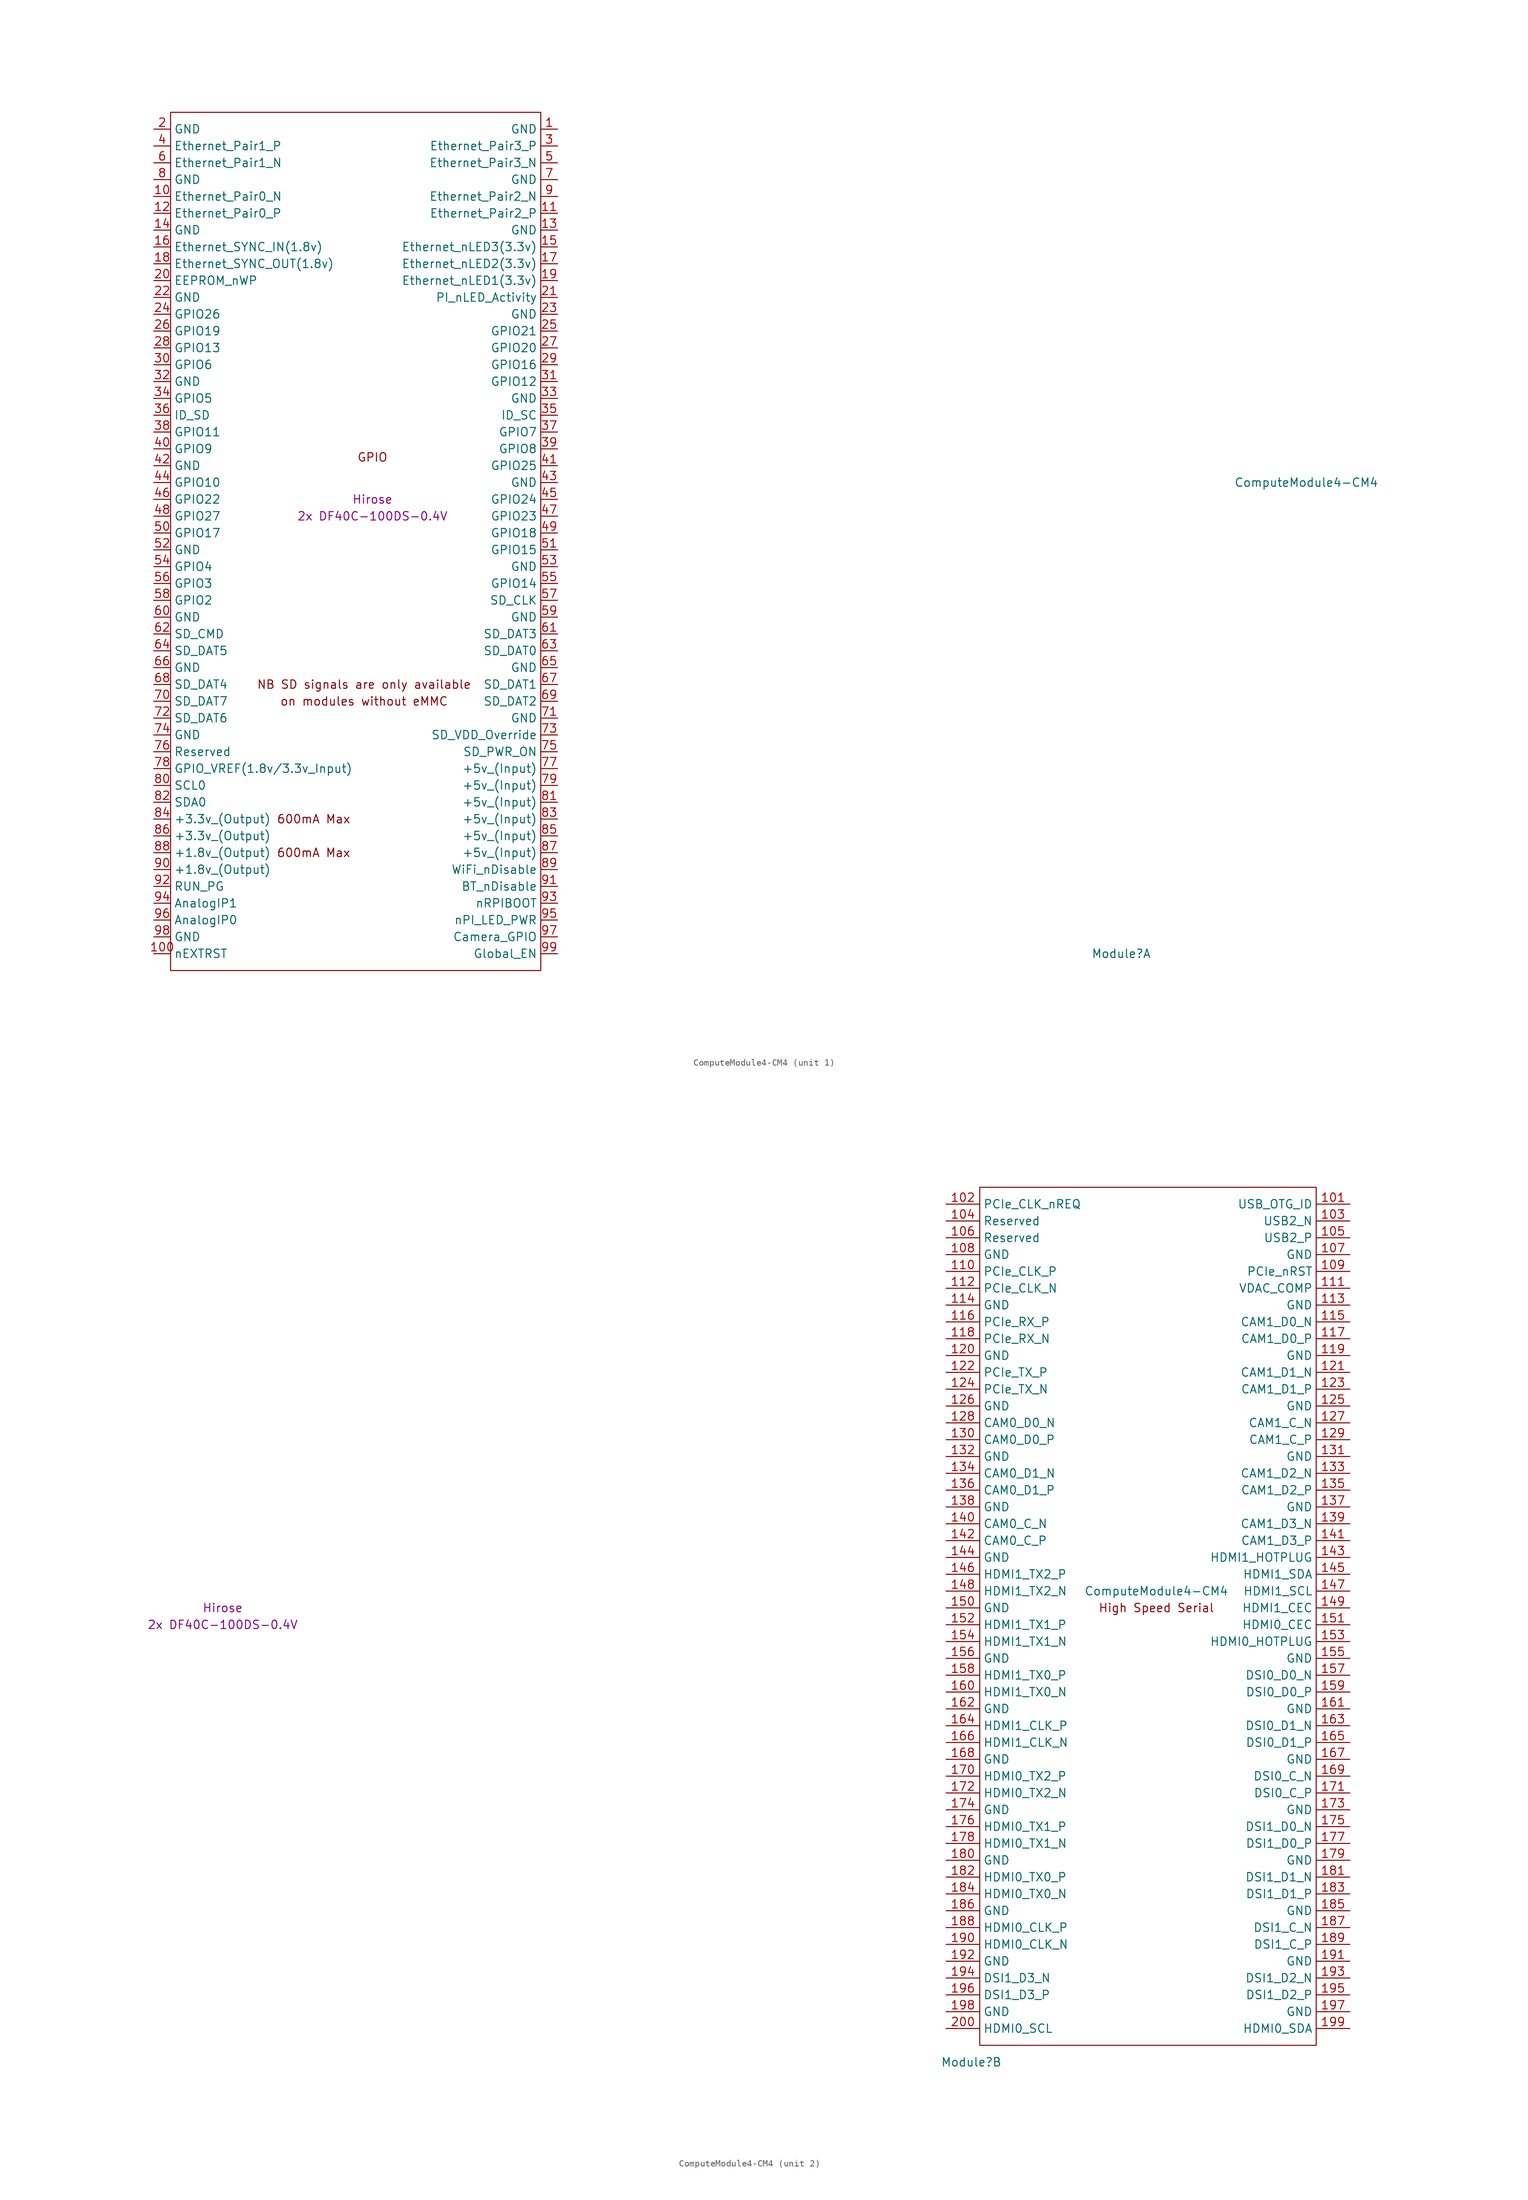
<source format=kicad_sym>
(kicad_symbol_lib
  (version 20201005)
  (generator kicad_symbol_editor)
  (symbol "ioboard:ComputeModule4-CM4"
    (property "Reference" "Module"
      (at 113.03 -68.58 0)
      (effects (font (size 1.27 1.27))))
    (property "Value" "ComputeModule4-CM4"
      (at 140.97 2.54 0)
      (effects (font (size 1.27 1.27))))
    (property "Field4" "Hirose"
      (at 0 0 0)
      (effects (font (size 1.27 1.27))))
    (property "Field5" "2x DF40C-100DS-0.4V"
      (at 0 -2.54 0)
      (effects (font (size 1.27 1.27))))
    (symbol "ComputeModule4-CM4_1_0"
      (text "GPIO" (at 0 6.35 0) (effects (font (size 1.27 1.27)))))
    (symbol "ComputeModule4-CM4_1_1"
      (text "600mA Max" (at -8.89 -53.34 0) (effects (font (size 1.27 1.27))))
      (text "600mA Max" (at -8.89 -48.26 0) (effects (font (size 1.27 1.27))))
      (text "NB SD signals are only available" (at -1.27 -27.94 0) (effects (font (size 1.27 1.27))))
      (text "on modules without eMMC" (at -1.27 -30.48 0) (effects (font (size 1.27 1.27))))
      (rectangle (start -30.48 -71.12) (end 25.4 58.42) (stroke (width 0)) (fill (type none)))
      (pin power_in line (at 27.94 55.88 180) (length 2.54) (name "GND" (effects (font (size 1.27 1.27)))) (number "1" (effects (font (size 1.27 1.27)))))
      (pin passive line (at -33.02 45.72 0) (length 2.54) (name "Ethernet_Pair0_N" (effects (font (size 1.27 1.27)))) (number "10" (effects (font (size 1.27 1.27)))))
      (pin output line (at -33.02 -68.58 0) (length 2.54) (name "nEXTRST" (effects (font (size 1.27 1.27)))) (number "100" (effects (font (size 1.27 1.27)))))
      (pin passive line (at 27.94 43.18 180) (length 2.54) (name "Ethernet_Pair2_P" (effects (font (size 1.27 1.27)))) (number "11" (effects (font (size 1.27 1.27)))))
      (pin passive line (at -33.02 43.18 0) (length 2.54) (name "Ethernet_Pair0_P" (effects (font (size 1.27 1.27)))) (number "12" (effects (font (size 1.27 1.27)))))
      (pin power_in line (at 27.94 40.64 180) (length 2.54) (name "GND" (effects (font (size 1.27 1.27)))) (number "13" (effects (font (size 1.27 1.27)))))
      (pin power_in line (at -33.02 40.64 0) (length 2.54) (name "GND" (effects (font (size 1.27 1.27)))) (number "14" (effects (font (size 1.27 1.27)))))
      (pin output line (at 27.94 38.1 180) (length 2.54) (name "Ethernet_nLED3(3.3v)" (effects (font (size 1.27 1.27)))) (number "15" (effects (font (size 1.27 1.27)))))
      (pin input line (at -33.02 38.1 0) (length 2.54) (name "Ethernet_SYNC_IN(1.8v)" (effects (font (size 1.27 1.27)))) (number "16" (effects (font (size 1.27 1.27)))))
      (pin output line (at 27.94 35.56 180) (length 2.54) (name "Ethernet_nLED2(3.3v)" (effects (font (size 1.27 1.27)))) (number "17" (effects (font (size 1.27 1.27)))))
      (pin input line (at -33.02 35.56 0) (length 2.54) (name "Ethernet_SYNC_OUT(1.8v)" (effects (font (size 1.27 1.27)))) (number "18" (effects (font (size 1.27 1.27)))))
      (pin output line (at 27.94 33.02 180) (length 2.54) (name "Ethernet_nLED1(3.3v)" (effects (font (size 1.27 1.27)))) (number "19" (effects (font (size 1.27 1.27)))))
      (pin power_in line (at -33.02 55.88 0) (length 2.54) (name "GND" (effects (font (size 1.27 1.27)))) (number "2" (effects (font (size 1.27 1.27)))))
      (pin passive line (at -33.02 33.02 0) (length 2.54) (name "EEPROM_nWP" (effects (font (size 1.27 1.27)))) (number "20" (effects (font (size 1.27 1.27)))))
      (pin open_collector line (at 27.94 30.48 180) (length 2.54) (name "PI_nLED_Activity" (effects (font (size 1.27 1.27)))) (number "21" (effects (font (size 1.27 1.27)))))
      (pin power_in line (at -33.02 30.48 0) (length 2.54) (name "GND" (effects (font (size 1.27 1.27)))) (number "22" (effects (font (size 1.27 1.27)))))
      (pin power_in line (at 27.94 27.94 180) (length 2.54) (name "GND" (effects (font (size 1.27 1.27)))) (number "23" (effects (font (size 1.27 1.27)))))
      (pin passive line (at -33.02 27.94 0) (length 2.54) (name "GPIO26" (effects (font (size 1.27 1.27)))) (number "24" (effects (font (size 1.27 1.27)))))
      (pin passive line (at 27.94 25.4 180) (length 2.54) (name "GPIO21" (effects (font (size 1.27 1.27)))) (number "25" (effects (font (size 1.27 1.27)))))
      (pin passive line (at -33.02 25.4 0) (length 2.54) (name "GPIO19" (effects (font (size 1.27 1.27)))) (number "26" (effects (font (size 1.27 1.27)))))
      (pin passive line (at 27.94 22.86 180) (length 2.54) (name "GPIO20" (effects (font (size 1.27 1.27)))) (number "27" (effects (font (size 1.27 1.27)))))
      (pin passive line (at -33.02 22.86 0) (length 2.54) (name "GPIO13" (effects (font (size 1.27 1.27)))) (number "28" (effects (font (size 1.27 1.27)))))
      (pin passive line (at 27.94 20.32 180) (length 2.54) (name "GPIO16" (effects (font (size 1.27 1.27)))) (number "29" (effects (font (size 1.27 1.27)))))
      (pin passive line (at 27.94 53.34 180) (length 2.54) (name "Ethernet_Pair3_P" (effects (font (size 1.27 1.27)))) (number "3" (effects (font (size 1.27 1.27)))))
      (pin passive line (at -33.02 20.32 0) (length 2.54) (name "GPIO6" (effects (font (size 1.27 1.27)))) (number "30" (effects (font (size 1.27 1.27)))))
      (pin passive line (at 27.94 17.78 180) (length 2.54) (name "GPIO12" (effects (font (size 1.27 1.27)))) (number "31" (effects (font (size 1.27 1.27)))))
      (pin power_in line (at -33.02 17.78 0) (length 2.54) (name "GND" (effects (font (size 1.27 1.27)))) (number "32" (effects (font (size 1.27 1.27)))))
      (pin power_in line (at 27.94 15.24 180) (length 2.54) (name "GND" (effects (font (size 1.27 1.27)))) (number "33" (effects (font (size 1.27 1.27)))))
      (pin passive line (at -33.02 15.24 0) (length 2.54) (name "GPIO5" (effects (font (size 1.27 1.27)))) (number "34" (effects (font (size 1.27 1.27)))))
      (pin passive line (at 27.94 12.7 180) (length 2.54) (name "ID_SC" (effects (font (size 1.27 1.27)))) (number "35" (effects (font (size 1.27 1.27)))))
      (pin passive line (at -33.02 12.7 0) (length 2.54) (name "ID_SD" (effects (font (size 1.27 1.27)))) (number "36" (effects (font (size 1.27 1.27)))))
      (pin passive line (at 27.94 10.16 180) (length 2.54) (name "GPIO7" (effects (font (size 1.27 1.27)))) (number "37" (effects (font (size 1.27 1.27)))))
      (pin passive line (at -33.02 10.16 0) (length 2.54) (name "GPIO11" (effects (font (size 1.27 1.27)))) (number "38" (effects (font (size 1.27 1.27)))))
      (pin passive line (at 27.94 7.62 180) (length 2.54) (name "GPIO8" (effects (font (size 1.27 1.27)))) (number "39" (effects (font (size 1.27 1.27)))))
      (pin passive line (at -33.02 53.34 0) (length 2.54) (name "Ethernet_Pair1_P" (effects (font (size 1.27 1.27)))) (number "4" (effects (font (size 1.27 1.27)))))
      (pin passive line (at -33.02 7.62 0) (length 2.54) (name "GPIO9" (effects (font (size 1.27 1.27)))) (number "40" (effects (font (size 1.27 1.27)))))
      (pin passive line (at 27.94 5.08 180) (length 2.54) (name "GPIO25" (effects (font (size 1.27 1.27)))) (number "41" (effects (font (size 1.27 1.27)))))
      (pin power_in line (at -33.02 5.08 0) (length 2.54) (name "GND" (effects (font (size 1.27 1.27)))) (number "42" (effects (font (size 1.27 1.27)))))
      (pin power_in line (at 27.94 2.54 180) (length 2.54) (name "GND" (effects (font (size 1.27 1.27)))) (number "43" (effects (font (size 1.27 1.27)))))
      (pin passive line (at -33.02 2.54 0) (length 2.54) (name "GPIO10" (effects (font (size 1.27 1.27)))) (number "44" (effects (font (size 1.27 1.27)))))
      (pin passive line (at 27.94 0 180) (length 2.54) (name "GPIO24" (effects (font (size 1.27 1.27)))) (number "45" (effects (font (size 1.27 1.27)))))
      (pin passive line (at -33.02 0 0) (length 2.54) (name "GPIO22" (effects (font (size 1.27 1.27)))) (number "46" (effects (font (size 1.27 1.27)))))
      (pin passive line (at 27.94 -2.54 180) (length 2.54) (name "GPIO23" (effects (font (size 1.27 1.27)))) (number "47" (effects (font (size 1.27 1.27)))))
      (pin passive line (at -33.02 -2.54 0) (length 2.54) (name "GPIO27" (effects (font (size 1.27 1.27)))) (number "48" (effects (font (size 1.27 1.27)))))
      (pin passive line (at 27.94 -5.08 180) (length 2.54) (name "GPIO18" (effects (font (size 1.27 1.27)))) (number "49" (effects (font (size 1.27 1.27)))))
      (pin passive line (at 27.94 50.8 180) (length 2.54) (name "Ethernet_Pair3_N" (effects (font (size 1.27 1.27)))) (number "5" (effects (font (size 1.27 1.27)))))
      (pin passive line (at -33.02 -5.08 0) (length 2.54) (name "GPIO17" (effects (font (size 1.27 1.27)))) (number "50" (effects (font (size 1.27 1.27)))))
      (pin passive line (at 27.94 -7.62 180) (length 2.54) (name "GPIO15" (effects (font (size 1.27 1.27)))) (number "51" (effects (font (size 1.27 1.27)))))
      (pin power_in line (at -33.02 -7.62 0) (length 2.54) (name "GND" (effects (font (size 1.27 1.27)))) (number "52" (effects (font (size 1.27 1.27)))))
      (pin power_in line (at 27.94 -10.16 180) (length 2.54) (name "GND" (effects (font (size 1.27 1.27)))) (number "53" (effects (font (size 1.27 1.27)))))
      (pin passive line (at -33.02 -10.16 0) (length 2.54) (name "GPIO4" (effects (font (size 1.27 1.27)))) (number "54" (effects (font (size 1.27 1.27)))))
      (pin passive line (at 27.94 -12.7 180) (length 2.54) (name "GPIO14" (effects (font (size 1.27 1.27)))) (number "55" (effects (font (size 1.27 1.27)))))
      (pin passive line (at -33.02 -12.7 0) (length 2.54) (name "GPIO3" (effects (font (size 1.27 1.27)))) (number "56" (effects (font (size 1.27 1.27)))))
      (pin passive line (at 27.94 -15.24 180) (length 2.54) (name "SD_CLK" (effects (font (size 1.27 1.27)))) (number "57" (effects (font (size 1.27 1.27)))))
      (pin passive line (at -33.02 -15.24 0) (length 2.54) (name "GPIO2" (effects (font (size 1.27 1.27)))) (number "58" (effects (font (size 1.27 1.27)))))
      (pin power_in line (at 27.94 -17.78 180) (length 2.54) (name "GND" (effects (font (size 1.27 1.27)))) (number "59" (effects (font (size 1.27 1.27)))))
      (pin passive line (at -33.02 50.8 0) (length 2.54) (name "Ethernet_Pair1_N" (effects (font (size 1.27 1.27)))) (number "6" (effects (font (size 1.27 1.27)))))
      (pin power_in line (at -33.02 -17.78 0) (length 2.54) (name "GND" (effects (font (size 1.27 1.27)))) (number "60" (effects (font (size 1.27 1.27)))))
      (pin passive line (at 27.94 -20.32 180) (length 2.54) (name "SD_DAT3" (effects (font (size 1.27 1.27)))) (number "61" (effects (font (size 1.27 1.27)))))
      (pin passive line (at -33.02 -20.32 0) (length 2.54) (name "SD_CMD" (effects (font (size 1.27 1.27)))) (number "62" (effects (font (size 1.27 1.27)))))
      (pin passive line (at 27.94 -22.86 180) (length 2.54) (name "SD_DAT0" (effects (font (size 1.27 1.27)))) (number "63" (effects (font (size 1.27 1.27)))))
      (pin passive line (at -33.02 -22.86 0) (length 2.54) (name "SD_DAT5" (effects (font (size 1.27 1.27)))) (number "64" (effects (font (size 1.27 1.27)))))
      (pin power_in line (at 27.94 -25.4 180) (length 2.54) (name "GND" (effects (font (size 1.27 1.27)))) (number "65" (effects (font (size 1.27 1.27)))))
      (pin power_in line (at -33.02 -25.4 0) (length 2.54) (name "GND" (effects (font (size 1.27 1.27)))) (number "66" (effects (font (size 1.27 1.27)))))
      (pin passive line (at 27.94 -27.94 180) (length 2.54) (name "SD_DAT1" (effects (font (size 1.27 1.27)))) (number "67" (effects (font (size 1.27 1.27)))))
      (pin passive line (at -33.02 -27.94 0) (length 2.54) (name "SD_DAT4" (effects (font (size 1.27 1.27)))) (number "68" (effects (font (size 1.27 1.27)))))
      (pin passive line (at 27.94 -30.48 180) (length 2.54) (name "SD_DAT2" (effects (font (size 1.27 1.27)))) (number "69" (effects (font (size 1.27 1.27)))))
      (pin power_in line (at 27.94 48.26 180) (length 2.54) (name "GND" (effects (font (size 1.27 1.27)))) (number "7" (effects (font (size 1.27 1.27)))))
      (pin passive line (at -33.02 -30.48 0) (length 2.54) (name "SD_DAT7" (effects (font (size 1.27 1.27)))) (number "70" (effects (font (size 1.27 1.27)))))
      (pin power_in line (at 27.94 -33.02 180) (length 2.54) (name "GND" (effects (font (size 1.27 1.27)))) (number "71" (effects (font (size 1.27 1.27)))))
      (pin passive line (at -33.02 -33.02 0) (length 2.54) (name "SD_DAT6" (effects (font (size 1.27 1.27)))) (number "72" (effects (font (size 1.27 1.27)))))
      (pin input line (at 27.94 -35.56 180) (length 2.54) (name "SD_VDD_Override" (effects (font (size 1.27 1.27)))) (number "73" (effects (font (size 1.27 1.27)))))
      (pin power_in line (at -33.02 -35.56 0) (length 2.54) (name "GND" (effects (font (size 1.27 1.27)))) (number "74" (effects (font (size 1.27 1.27)))))
      (pin output line (at 27.94 -38.1 180) (length 2.54) (name "SD_PWR_ON" (effects (font (size 1.27 1.27)))) (number "75" (effects (font (size 1.27 1.27)))))
      (pin passive line (at -33.02 -38.1 0) (length 2.54) (name "Reserved" (effects (font (size 1.27 1.27)))) (number "76" (effects (font (size 1.27 1.27)))))
      (pin power_in line (at 27.94 -40.64 180) (length 2.54) (name "+5v_(Input)" (effects (font (size 1.27 1.27)))) (number "77" (effects (font (size 1.27 1.27)))))
      (pin power_in line (at -33.02 -40.64 0) (length 2.54) (name "GPIO_VREF(1.8v/3.3v_Input)" (effects (font (size 1.27 1.27)))) (number "78" (effects (font (size 1.27 1.27)))))
      (pin power_in line (at 27.94 -43.18 180) (length 2.54) (name "+5v_(Input)" (effects (font (size 1.27 1.27)))) (number "79" (effects (font (size 1.27 1.27)))))
      (pin power_in line (at -33.02 48.26 0) (length 2.54) (name "GND" (effects (font (size 1.27 1.27)))) (number "8" (effects (font (size 1.27 1.27)))))
      (pin passive line (at -33.02 -43.18 0) (length 2.54) (name "SCL0" (effects (font (size 1.27 1.27)))) (number "80" (effects (font (size 1.27 1.27)))))
      (pin power_in line (at 27.94 -45.72 180) (length 2.54) (name "+5v_(Input)" (effects (font (size 1.27 1.27)))) (number "81" (effects (font (size 1.27 1.27)))))
      (pin passive line (at -33.02 -45.72 0) (length 2.54) (name "SDA0" (effects (font (size 1.27 1.27)))) (number "82" (effects (font (size 1.27 1.27)))))
      (pin power_in line (at 27.94 -48.26 180) (length 2.54) (name "+5v_(Input)" (effects (font (size 1.27 1.27)))) (number "83" (effects (font (size 1.27 1.27)))))
      (pin power_out line (at -33.02 -48.26 0) (length 2.54) (name "+3.3v_(Output)" (effects (font (size 1.27 1.27)))) (number "84" (effects (font (size 1.27 1.27)))))
      (pin power_in line (at 27.94 -50.8 180) (length 2.54) (name "+5v_(Input)" (effects (font (size 1.27 1.27)))) (number "85" (effects (font (size 1.27 1.27)))))
      (pin power_out line (at -33.02 -50.8 0) (length 2.54) (name "+3.3v_(Output)" (effects (font (size 1.27 1.27)))) (number "86" (effects (font (size 1.27 1.27)))))
      (pin power_in line (at 27.94 -53.34 180) (length 2.54) (name "+5v_(Input)" (effects (font (size 1.27 1.27)))) (number "87" (effects (font (size 1.27 1.27)))))
      (pin power_out line (at -33.02 -53.34 0) (length 2.54) (name "+1.8v_(Output)" (effects (font (size 1.27 1.27)))) (number "88" (effects (font (size 1.27 1.27)))))
      (pin power_in line (at 27.94 -55.88 180) (length 2.54) (name "WiFi_nDisable" (effects (font (size 1.27 1.27)))) (number "89" (effects (font (size 1.27 1.27)))))
      (pin passive line (at 27.94 45.72 180) (length 2.54) (name "Ethernet_Pair2_N" (effects (font (size 1.27 1.27)))) (number "9" (effects (font (size 1.27 1.27)))))
      (pin power_out line (at -33.02 -55.88 0) (length 2.54) (name "+1.8v_(Output)" (effects (font (size 1.27 1.27)))) (number "90" (effects (font (size 1.27 1.27)))))
      (pin power_in line (at 27.94 -58.42 180) (length 2.54) (name "BT_nDisable" (effects (font (size 1.27 1.27)))) (number "91" (effects (font (size 1.27 1.27)))))
      (pin passive line (at -33.02 -58.42 0) (length 2.54) (name "RUN_PG" (effects (font (size 1.27 1.27)))) (number "92" (effects (font (size 1.27 1.27)))))
      (pin input line (at 27.94 -60.96 180) (length 2.54) (name "nRPIBOOT" (effects (font (size 1.27 1.27)))) (number "93" (effects (font (size 1.27 1.27)))))
      (pin passive line (at -33.02 -60.96 0) (length 2.54) (name "AnalogIP1" (effects (font (size 1.27 1.27)))) (number "94" (effects (font (size 1.27 1.27)))))
      (pin output line (at 27.94 -63.5 180) (length 2.54) (name "nPI_LED_PWR" (effects (font (size 1.27 1.27)))) (number "95" (effects (font (size 1.27 1.27)))))
      (pin passive line (at -33.02 -63.5 0) (length 2.54) (name "AnalogIP0" (effects (font (size 1.27 1.27)))) (number "96" (effects (font (size 1.27 1.27)))))
      (pin passive line (at 27.94 -66.04 180) (length 2.54) (name "Camera_GPIO" (effects (font (size 1.27 1.27)))) (number "97" (effects (font (size 1.27 1.27)))))
      (pin power_in line (at -33.02 -66.04 0) (length 2.54) (name "GND" (effects (font (size 1.27 1.27)))) (number "98" (effects (font (size 1.27 1.27)))))
      (pin input line (at 27.94 -68.58 180) (length 2.54) (name "Global_EN" (effects (font (size 1.27 1.27)))) (number "99" (effects (font (size 1.27 1.27))))))
    (symbol "ComputeModule4-CM4_2_1"
      (text "High Speed Serial" (at 140.97 0 0) (effects (font (size 1.27 1.27))))
      (rectangle (start 114.3 -66.04) (end 165.1 63.5) (stroke (width 0)) (fill (type none)))
      (pin input line (at 170.18 60.96 180) (length 5.08) (name "USB_OTG_ID" (effects (font (size 1.27 1.27)))) (number "101" (effects (font (size 1.27 1.27)))))
      (pin input line (at 109.22 60.96 0) (length 5.08) (name "PCIe_CLK_nREQ" (effects (font (size 1.27 1.27)))) (number "102" (effects (font (size 1.27 1.27)))))
      (pin passive line (at 170.18 58.42 180) (length 5.08) (name "USB2_N" (effects (font (size 1.27 1.27)))) (number "103" (effects (font (size 1.27 1.27)))))
      (pin passive line (at 109.22 58.42 0) (length 5.08) (name "Reserved" (effects (font (size 1.27 1.27)))) (number "104" (effects (font (size 1.27 1.27)))))
      (pin passive line (at 170.18 55.88 180) (length 5.08) (name "USB2_P" (effects (font (size 1.27 1.27)))) (number "105" (effects (font (size 1.27 1.27)))))
      (pin passive line (at 109.22 55.88 0) (length 5.08) (name "Reserved" (effects (font (size 1.27 1.27)))) (number "106" (effects (font (size 1.27 1.27)))))
      (pin power_in line (at 170.18 53.34 180) (length 5.08) (name "GND" (effects (font (size 1.27 1.27)))) (number "107" (effects (font (size 1.27 1.27)))))
      (pin power_in line (at 109.22 53.34 0) (length 5.08) (name "GND" (effects (font (size 1.27 1.27)))) (number "108" (effects (font (size 1.27 1.27)))))
      (pin bidirectional line (at 170.18 50.8 180) (length 5.08) (name "PCIe_nRST" (effects (font (size 1.27 1.27)))) (number "109" (effects (font (size 1.27 1.27)))))
      (pin output line (at 109.22 50.8 0) (length 5.08) (name "PCIe_CLK_P" (effects (font (size 1.27 1.27)))) (number "110" (effects (font (size 1.27 1.27)))))
      (pin passive line (at 170.18 48.26 180) (length 5.08) (name "VDAC_COMP" (effects (font (size 1.27 1.27)))) (number "111" (effects (font (size 1.27 1.27)))))
      (pin output line (at 109.22 48.26 0) (length 5.08) (name "PCIe_CLK_N" (effects (font (size 1.27 1.27)))) (number "112" (effects (font (size 1.27 1.27)))))
      (pin power_in line (at 170.18 45.72 180) (length 5.08) (name "GND" (effects (font (size 1.27 1.27)))) (number "113" (effects (font (size 1.27 1.27)))))
      (pin power_in line (at 109.22 45.72 0) (length 5.08) (name "GND" (effects (font (size 1.27 1.27)))) (number "114" (effects (font (size 1.27 1.27)))))
      (pin input line (at 170.18 43.18 180) (length 5.08) (name "CAM1_D0_N" (effects (font (size 1.27 1.27)))) (number "115" (effects (font (size 1.27 1.27)))))
      (pin input line (at 109.22 43.18 0) (length 5.08) (name "PCIe_RX_P" (effects (font (size 1.27 1.27)))) (number "116" (effects (font (size 1.27 1.27)))))
      (pin input line (at 170.18 40.64 180) (length 5.08) (name "CAM1_D0_P" (effects (font (size 1.27 1.27)))) (number "117" (effects (font (size 1.27 1.27)))))
      (pin input line (at 109.22 40.64 0) (length 5.08) (name "PCIe_RX_N" (effects (font (size 1.27 1.27)))) (number "118" (effects (font (size 1.27 1.27)))))
      (pin power_in line (at 170.18 38.1 180) (length 5.08) (name "GND" (effects (font (size 1.27 1.27)))) (number "119" (effects (font (size 1.27 1.27)))))
      (pin power_in line (at 109.22 38.1 0) (length 5.08) (name "GND" (effects (font (size 1.27 1.27)))) (number "120" (effects (font (size 1.27 1.27)))))
      (pin input line (at 170.18 35.56 180) (length 5.08) (name "CAM1_D1_N" (effects (font (size 1.27 1.27)))) (number "121" (effects (font (size 1.27 1.27)))))
      (pin output line (at 109.22 35.56 0) (length 5.08) (name "PCIe_TX_P" (effects (font (size 1.27 1.27)))) (number "122" (effects (font (size 1.27 1.27)))))
      (pin input line (at 170.18 33.02 180) (length 5.08) (name "CAM1_D1_P" (effects (font (size 1.27 1.27)))) (number "123" (effects (font (size 1.27 1.27)))))
      (pin output line (at 109.22 33.02 0) (length 5.08) (name "PCIe_TX_N" (effects (font (size 1.27 1.27)))) (number "124" (effects (font (size 1.27 1.27)))))
      (pin power_in line (at 170.18 30.48 180) (length 5.08) (name "GND" (effects (font (size 1.27 1.27)))) (number "125" (effects (font (size 1.27 1.27)))))
      (pin power_in line (at 109.22 30.48 0) (length 5.08) (name "GND" (effects (font (size 1.27 1.27)))) (number "126" (effects (font (size 1.27 1.27)))))
      (pin input line (at 170.18 27.94 180) (length 5.08) (name "CAM1_C_N" (effects (font (size 1.27 1.27)))) (number "127" (effects (font (size 1.27 1.27)))))
      (pin input line (at 109.22 27.94 0) (length 5.08) (name "CAM0_D0_N" (effects (font (size 1.27 1.27)))) (number "128" (effects (font (size 1.27 1.27)))))
      (pin input line (at 170.18 25.4 180) (length 5.08) (name "CAM1_C_P" (effects (font (size 1.27 1.27)))) (number "129" (effects (font (size 1.27 1.27)))))
      (pin input line (at 109.22 25.4 0) (length 5.08) (name "CAM0_D0_P" (effects (font (size 1.27 1.27)))) (number "130" (effects (font (size 1.27 1.27)))))
      (pin power_in line (at 170.18 22.86 180) (length 5.08) (name "GND" (effects (font (size 1.27 1.27)))) (number "131" (effects (font (size 1.27 1.27)))))
      (pin power_in line (at 109.22 22.86 0) (length 5.08) (name "GND" (effects (font (size 1.27 1.27)))) (number "132" (effects (font (size 1.27 1.27)))))
      (pin input line (at 170.18 20.32 180) (length 5.08) (name "CAM1_D2_N" (effects (font (size 1.27 1.27)))) (number "133" (effects (font (size 1.27 1.27)))))
      (pin input line (at 109.22 20.32 0) (length 5.08) (name "CAM0_D1_N" (effects (font (size 1.27 1.27)))) (number "134" (effects (font (size 1.27 1.27)))))
      (pin input line (at 170.18 17.78 180) (length 5.08) (name "CAM1_D2_P" (effects (font (size 1.27 1.27)))) (number "135" (effects (font (size 1.27 1.27)))))
      (pin input line (at 109.22 17.78 0) (length 5.08) (name "CAM0_D1_P" (effects (font (size 1.27 1.27)))) (number "136" (effects (font (size 1.27 1.27)))))
      (pin power_in line (at 170.18 15.24 180) (length 5.08) (name "GND" (effects (font (size 1.27 1.27)))) (number "137" (effects (font (size 1.27 1.27)))))
      (pin power_in line (at 109.22 15.24 0) (length 5.08) (name "GND" (effects (font (size 1.27 1.27)))) (number "138" (effects (font (size 1.27 1.27)))))
      (pin input line (at 170.18 12.7 180) (length 5.08) (name "CAM1_D3_N" (effects (font (size 1.27 1.27)))) (number "139" (effects (font (size 1.27 1.27)))))
      (pin input line (at 109.22 12.7 0) (length 5.08) (name "CAM0_C_N" (effects (font (size 1.27 1.27)))) (number "140" (effects (font (size 1.27 1.27)))))
      (pin input line (at 170.18 10.16 180) (length 5.08) (name "CAM1_D3_P" (effects (font (size 1.27 1.27)))) (number "141" (effects (font (size 1.27 1.27)))))
      (pin input line (at 109.22 10.16 0) (length 5.08) (name "CAM0_C_P" (effects (font (size 1.27 1.27)))) (number "142" (effects (font (size 1.27 1.27)))))
      (pin input line (at 170.18 7.62 180) (length 5.08) (name "HDMI1_HOTPLUG" (effects (font (size 1.27 1.27)))) (number "143" (effects (font (size 1.27 1.27)))))
      (pin power_in line (at 109.22 7.62 0) (length 5.08) (name "GND" (effects (font (size 1.27 1.27)))) (number "144" (effects (font (size 1.27 1.27)))))
      (pin bidirectional line (at 170.18 5.08 180) (length 5.08) (name "HDMI1_SDA" (effects (font (size 1.27 1.27)))) (number "145" (effects (font (size 1.27 1.27)))))
      (pin output line (at 109.22 5.08 0) (length 5.08) (name "HDMI1_TX2_P" (effects (font (size 1.27 1.27)))) (number "146" (effects (font (size 1.27 1.27)))))
      (pin open_collector line (at 170.18 2.54 180) (length 5.08) (name "HDMI1_SCL" (effects (font (size 1.27 1.27)))) (number "147" (effects (font (size 1.27 1.27)))))
      (pin output line (at 109.22 2.54 0) (length 5.08) (name "HDMI1_TX2_N" (effects (font (size 1.27 1.27)))) (number "148" (effects (font (size 1.27 1.27)))))
      (pin open_collector line (at 170.18 0 180) (length 5.08) (name "HDMI1_CEC" (effects (font (size 1.27 1.27)))) (number "149" (effects (font (size 1.27 1.27)))))
      (pin power_in line (at 109.22 0 0) (length 5.08) (name "GND" (effects (font (size 1.27 1.27)))) (number "150" (effects (font (size 1.27 1.27)))))
      (pin open_collector line (at 170.18 -2.54 180) (length 5.08) (name "HDMI0_CEC" (effects (font (size 1.27 1.27)))) (number "151" (effects (font (size 1.27 1.27)))))
      (pin output line (at 109.22 -2.54 0) (length 5.08) (name "HDMI1_TX1_P" (effects (font (size 1.27 1.27)))) (number "152" (effects (font (size 1.27 1.27)))))
      (pin input line (at 170.18 -5.08 180) (length 5.08) (name "HDMI0_HOTPLUG" (effects (font (size 1.27 1.27)))) (number "153" (effects (font (size 1.27 1.27)))))
      (pin output line (at 109.22 -5.08 0) (length 5.08) (name "HDMI1_TX1_N" (effects (font (size 1.27 1.27)))) (number "154" (effects (font (size 1.27 1.27)))))
      (pin power_in line (at 170.18 -7.62 180) (length 5.08) (name "GND" (effects (font (size 1.27 1.27)))) (number "155" (effects (font (size 1.27 1.27)))))
      (pin power_in line (at 109.22 -7.62 0) (length 5.08) (name "GND" (effects (font (size 1.27 1.27)))) (number "156" (effects (font (size 1.27 1.27)))))
      (pin output line (at 170.18 -10.16 180) (length 5.08) (name "DSI0_D0_N" (effects (font (size 1.27 1.27)))) (number "157" (effects (font (size 1.27 1.27)))))
      (pin output line (at 109.22 -10.16 0) (length 5.08) (name "HDMI1_TX0_P" (effects (font (size 1.27 1.27)))) (number "158" (effects (font (size 1.27 1.27)))))
      (pin output line (at 170.18 -12.7 180) (length 5.08) (name "DSI0_D0_P" (effects (font (size 1.27 1.27)))) (number "159" (effects (font (size 1.27 1.27)))))
      (pin output line (at 109.22 -12.7 0) (length 5.08) (name "HDMI1_TX0_N" (effects (font (size 1.27 1.27)))) (number "160" (effects (font (size 1.27 1.27)))))
      (pin power_in line (at 170.18 -15.24 180) (length 5.08) (name "GND" (effects (font (size 1.27 1.27)))) (number "161" (effects (font (size 1.27 1.27)))))
      (pin power_in line (at 109.22 -15.24 0) (length 5.08) (name "GND" (effects (font (size 1.27 1.27)))) (number "162" (effects (font (size 1.27 1.27)))))
      (pin output line (at 170.18 -17.78 180) (length 5.08) (name "DSI0_D1_N" (effects (font (size 1.27 1.27)))) (number "163" (effects (font (size 1.27 1.27)))))
      (pin output line (at 109.22 -17.78 0) (length 5.08) (name "HDMI1_CLK_P" (effects (font (size 1.27 1.27)))) (number "164" (effects (font (size 1.27 1.27)))))
      (pin output line (at 170.18 -20.32 180) (length 5.08) (name "DSI0_D1_P" (effects (font (size 1.27 1.27)))) (number "165" (effects (font (size 1.27 1.27)))))
      (pin output line (at 109.22 -20.32 0) (length 5.08) (name "HDMI1_CLK_N" (effects (font (size 1.27 1.27)))) (number "166" (effects (font (size 1.27 1.27)))))
      (pin power_in line (at 170.18 -22.86 180) (length 5.08) (name "GND" (effects (font (size 1.27 1.27)))) (number "167" (effects (font (size 1.27 1.27)))))
      (pin power_in line (at 109.22 -22.86 0) (length 5.08) (name "GND" (effects (font (size 1.27 1.27)))) (number "168" (effects (font (size 1.27 1.27)))))
      (pin output line (at 170.18 -25.4 180) (length 5.08) (name "DSI0_C_N" (effects (font (size 1.27 1.27)))) (number "169" (effects (font (size 1.27 1.27)))))
      (pin output line (at 109.22 -25.4 0) (length 5.08) (name "HDMI0_TX2_P" (effects (font (size 1.27 1.27)))) (number "170" (effects (font (size 1.27 1.27)))))
      (pin output line (at 170.18 -27.94 180) (length 5.08) (name "DSI0_C_P" (effects (font (size 1.27 1.27)))) (number "171" (effects (font (size 1.27 1.27)))))
      (pin output line (at 109.22 -27.94 0) (length 5.08) (name "HDMI0_TX2_N" (effects (font (size 1.27 1.27)))) (number "172" (effects (font (size 1.27 1.27)))))
      (pin power_in line (at 170.18 -30.48 180) (length 5.08) (name "GND" (effects (font (size 1.27 1.27)))) (number "173" (effects (font (size 1.27 1.27)))))
      (pin power_in line (at 109.22 -30.48 0) (length 5.08) (name "GND" (effects (font (size 1.27 1.27)))) (number "174" (effects (font (size 1.27 1.27)))))
      (pin output line (at 170.18 -33.02 180) (length 5.08) (name "DSI1_D0_N" (effects (font (size 1.27 1.27)))) (number "175" (effects (font (size 1.27 1.27)))))
      (pin output line (at 109.22 -33.02 0) (length 5.08) (name "HDMI0_TX1_P" (effects (font (size 1.27 1.27)))) (number "176" (effects (font (size 1.27 1.27)))))
      (pin output line (at 170.18 -35.56 180) (length 5.08) (name "DSI1_D0_P" (effects (font (size 1.27 1.27)))) (number "177" (effects (font (size 1.27 1.27)))))
      (pin output line (at 109.22 -35.56 0) (length 5.08) (name "HDMI0_TX1_N" (effects (font (size 1.27 1.27)))) (number "178" (effects (font (size 1.27 1.27)))))
      (pin power_in line (at 170.18 -38.1 180) (length 5.08) (name "GND" (effects (font (size 1.27 1.27)))) (number "179" (effects (font (size 1.27 1.27)))))
      (pin power_in line (at 109.22 -38.1 0) (length 5.08) (name "GND" (effects (font (size 1.27 1.27)))) (number "180" (effects (font (size 1.27 1.27)))))
      (pin output line (at 170.18 -40.64 180) (length 5.08) (name "DSI1_D1_N" (effects (font (size 1.27 1.27)))) (number "181" (effects (font (size 1.27 1.27)))))
      (pin output line (at 109.22 -40.64 0) (length 5.08) (name "HDMI0_TX0_P" (effects (font (size 1.27 1.27)))) (number "182" (effects (font (size 1.27 1.27)))))
      (pin output line (at 170.18 -43.18 180) (length 5.08) (name "DSI1_D1_P" (effects (font (size 1.27 1.27)))) (number "183" (effects (font (size 1.27 1.27)))))
      (pin output line (at 109.22 -43.18 0) (length 5.08) (name "HDMI0_TX0_N" (effects (font (size 1.27 1.27)))) (number "184" (effects (font (size 1.27 1.27)))))
      (pin power_in line (at 170.18 -45.72 180) (length 5.08) (name "GND" (effects (font (size 1.27 1.27)))) (number "185" (effects (font (size 1.27 1.27)))))
      (pin power_in line (at 109.22 -45.72 0) (length 5.08) (name "GND" (effects (font (size 1.27 1.27)))) (number "186" (effects (font (size 1.27 1.27)))))
      (pin output line (at 170.18 -48.26 180) (length 5.08) (name "DSI1_C_N" (effects (font (size 1.27 1.27)))) (number "187" (effects (font (size 1.27 1.27)))))
      (pin output line (at 109.22 -48.26 0) (length 5.08) (name "HDMI0_CLK_P" (effects (font (size 1.27 1.27)))) (number "188" (effects (font (size 1.27 1.27)))))
      (pin output line (at 170.18 -50.8 180) (length 5.08) (name "DSI1_C_P" (effects (font (size 1.27 1.27)))) (number "189" (effects (font (size 1.27 1.27)))))
      (pin output line (at 109.22 -50.8 0) (length 5.08) (name "HDMI0_CLK_N" (effects (font (size 1.27 1.27)))) (number "190" (effects (font (size 1.27 1.27)))))
      (pin power_in line (at 170.18 -53.34 180) (length 5.08) (name "GND" (effects (font (size 1.27 1.27)))) (number "191" (effects (font (size 1.27 1.27)))))
      (pin power_in line (at 109.22 -53.34 0) (length 5.08) (name "GND" (effects (font (size 1.27 1.27)))) (number "192" (effects (font (size 1.27 1.27)))))
      (pin output line (at 170.18 -55.88 180) (length 5.08) (name "DSI1_D2_N" (effects (font (size 1.27 1.27)))) (number "193" (effects (font (size 1.27 1.27)))))
      (pin output line (at 109.22 -55.88 0) (length 5.08) (name "DSI1_D3_N" (effects (font (size 1.27 1.27)))) (number "194" (effects (font (size 1.27 1.27)))))
      (pin output line (at 170.18 -58.42 180) (length 5.08) (name "DSI1_D2_P" (effects (font (size 1.27 1.27)))) (number "195" (effects (font (size 1.27 1.27)))))
      (pin output line (at 109.22 -58.42 0) (length 5.08) (name "DSI1_D3_P" (effects (font (size 1.27 1.27)))) (number "196" (effects (font (size 1.27 1.27)))))
      (pin power_in line (at 170.18 -60.96 180) (length 5.08) (name "GND" (effects (font (size 1.27 1.27)))) (number "197" (effects (font (size 1.27 1.27)))))
      (pin power_in line (at 109.22 -60.96 0) (length 5.08) (name "GND" (effects (font (size 1.27 1.27)))) (number "198" (effects (font (size 1.27 1.27)))))
      (pin bidirectional line (at 170.18 -63.5 180) (length 5.08) (name "HDMI0_SDA" (effects (font (size 1.27 1.27)))) (number "199" (effects (font (size 1.27 1.27)))))
      (pin open_collector line (at 109.22 -63.5 0) (length 5.08) (name "HDMI0_SCL" (effects (font (size 1.27 1.27)))) (number "200" (effects (font (size 1.27 1.27))))))))
</source>
